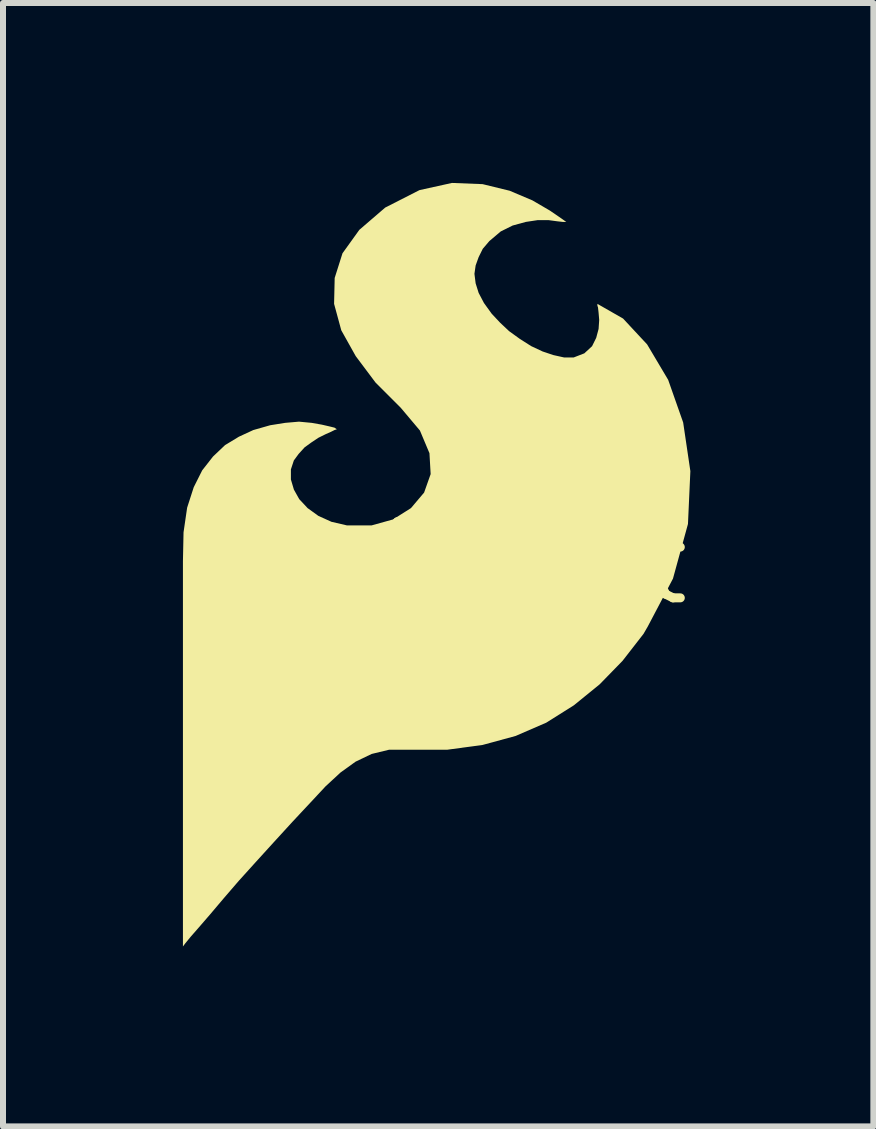
<source format=kicad_pcb>
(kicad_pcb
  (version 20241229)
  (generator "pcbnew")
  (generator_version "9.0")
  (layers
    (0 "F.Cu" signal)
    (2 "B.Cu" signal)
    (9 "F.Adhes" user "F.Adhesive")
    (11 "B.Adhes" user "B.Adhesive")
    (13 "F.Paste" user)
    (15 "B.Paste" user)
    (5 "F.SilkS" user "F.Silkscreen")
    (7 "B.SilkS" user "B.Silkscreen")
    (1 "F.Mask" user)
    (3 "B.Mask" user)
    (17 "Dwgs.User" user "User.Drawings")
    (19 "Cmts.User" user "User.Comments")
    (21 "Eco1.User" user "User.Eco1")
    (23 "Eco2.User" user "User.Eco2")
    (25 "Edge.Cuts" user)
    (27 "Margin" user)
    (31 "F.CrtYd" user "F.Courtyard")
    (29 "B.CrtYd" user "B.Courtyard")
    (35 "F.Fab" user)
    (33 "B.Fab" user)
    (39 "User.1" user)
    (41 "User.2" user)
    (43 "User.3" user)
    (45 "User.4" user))
  (footprint "footprint"
    (layer "F.Cu")
    (at 4.331 6.338)
    (property "Reference" "footprint" (at 0 0 0) (layer "F.SilkS") (effects (font (size 1.27 1.27) (thickness 0.15))))
    (fp_poly (pts (xy 0.665 -6.318) (xy 1.116 -6.208) (xy 1.496 -6.047) (xy 1.787 -5.877) (xy 1.977 -5.747) (xy 2.06 -5.688) (xy 2.004 -5.688) (xy 1.913 -5.698) (xy 1.764 -5.718) (xy 1.584 -5.718) (xy 1.385 -5.688) (xy 1.166 -5.628) (xy 0.967 -5.529) (xy 0.778 -5.369) (xy 0.668 -5.24) (xy 0.599 -5.101) (xy 0.549 -4.962) (xy 0.529 -4.823) (xy 0.549 -4.664) (xy 0.599 -4.505) (xy 0.688 -4.336) (xy 0.818 -4.156) (xy 0.958 -4.007) (xy 1.107 -3.867) (xy 1.287 -3.737) (xy 1.476 -3.617) (xy 1.666 -3.528) (xy 1.845 -3.468) (xy 2.025 -3.428) (xy 2.183 -3.428) (xy 2.361 -3.497) (xy 2.49 -3.616) (xy 2.559 -3.755) (xy 2.599 -3.904) (xy 2.609 -4.053) (xy 2.599 -4.173) (xy 2.589 -4.262) (xy 2.579 -4.292) (xy 2.579 -4.322) (xy 3.007 -4.077) (xy 3.408 -3.646) (xy 3.759 -3.055) (xy 4.009 -2.344) (xy 4.129 -1.533) (xy 4.089 -0.652) (xy 3.839 0.259) (xy 3.418 1.059) (xy 3.348 1.18) (xy 2.998 1.63) (xy 2.617 2.021) (xy 2.187 2.371) (xy 1.726 2.661) (xy 1.216 2.882) (xy 0.665 3.032) (xy 0.074 3.112) (xy -0.895 3.112) (xy -1.184 3.182) (xy -1.453 3.311) (xy -1.703 3.491) (xy -1.952 3.721) (xy -2.212 4) (xy -2.502 4.31) (xy -2.822 4.66) (xy -3.122 4.99) (xy -3.402 5.3) (xy -3.652 5.59) (xy -3.872 5.85) (xy -4.062 6.07) (xy -4.202 6.23) (xy -4.292 6.34) (xy -4.331 6.392) (xy -4.331 -0.033) (xy -4.321 -0.513) (xy -4.261 -0.924) (xy -4.151 -1.265) (xy -4.01 -1.546) (xy -3.83 -1.776) (xy -3.629 -1.967) (xy -3.398 -2.107) (xy -3.158 -2.218) (xy -2.877 -2.298) (xy -2.627 -2.338) (xy -2.396 -2.358) (xy -2.185 -2.338) (xy -2.015 -2.308) (xy -1.885 -2.278) (xy -1.804 -2.258) (xy -1.765 -2.231) (xy -1.804 -2.218) (xy -1.864 -2.188) (xy -1.954 -2.148) (xy -2.073 -2.089) (xy -2.193 -2.009) (xy -2.303 -1.929) (xy -2.402 -1.82) (xy -2.482 -1.711) (xy -2.531 -1.562) (xy -2.531 -1.394) (xy -2.481 -1.225) (xy -2.392 -1.066) (xy -2.253 -0.917) (xy -2.073 -0.787) (xy -1.854 -0.688) (xy -1.595 -0.628) (xy -1.187 -0.628) (xy -0.828 -0.728) (xy -0.529 -0.917) (xy -0.31 -1.176) (xy -0.201 -1.484) (xy -0.221 -1.832) (xy -0.38 -2.21) (xy -0.7 -2.59) (xy -1.12 -3.01) (xy -1.45 -3.45) (xy -1.691 -3.881) (xy -1.811 -4.322) (xy -1.801 -4.754) (xy -1.671 -5.165) (xy -1.39 -5.556) (xy -0.959 -5.927) (xy -0.388 -6.218) (xy 0.154 -6.338)) (stroke (width 0) (type solid)) (fill yes) (layer "F.SilkS")))
  (gr_rect
    (start -3 -3)
    (end 11.511 15.73)
    (stroke (width 0.1) (type default))
    (fill no)
    (layer "Edge.Cuts")))
</source>
